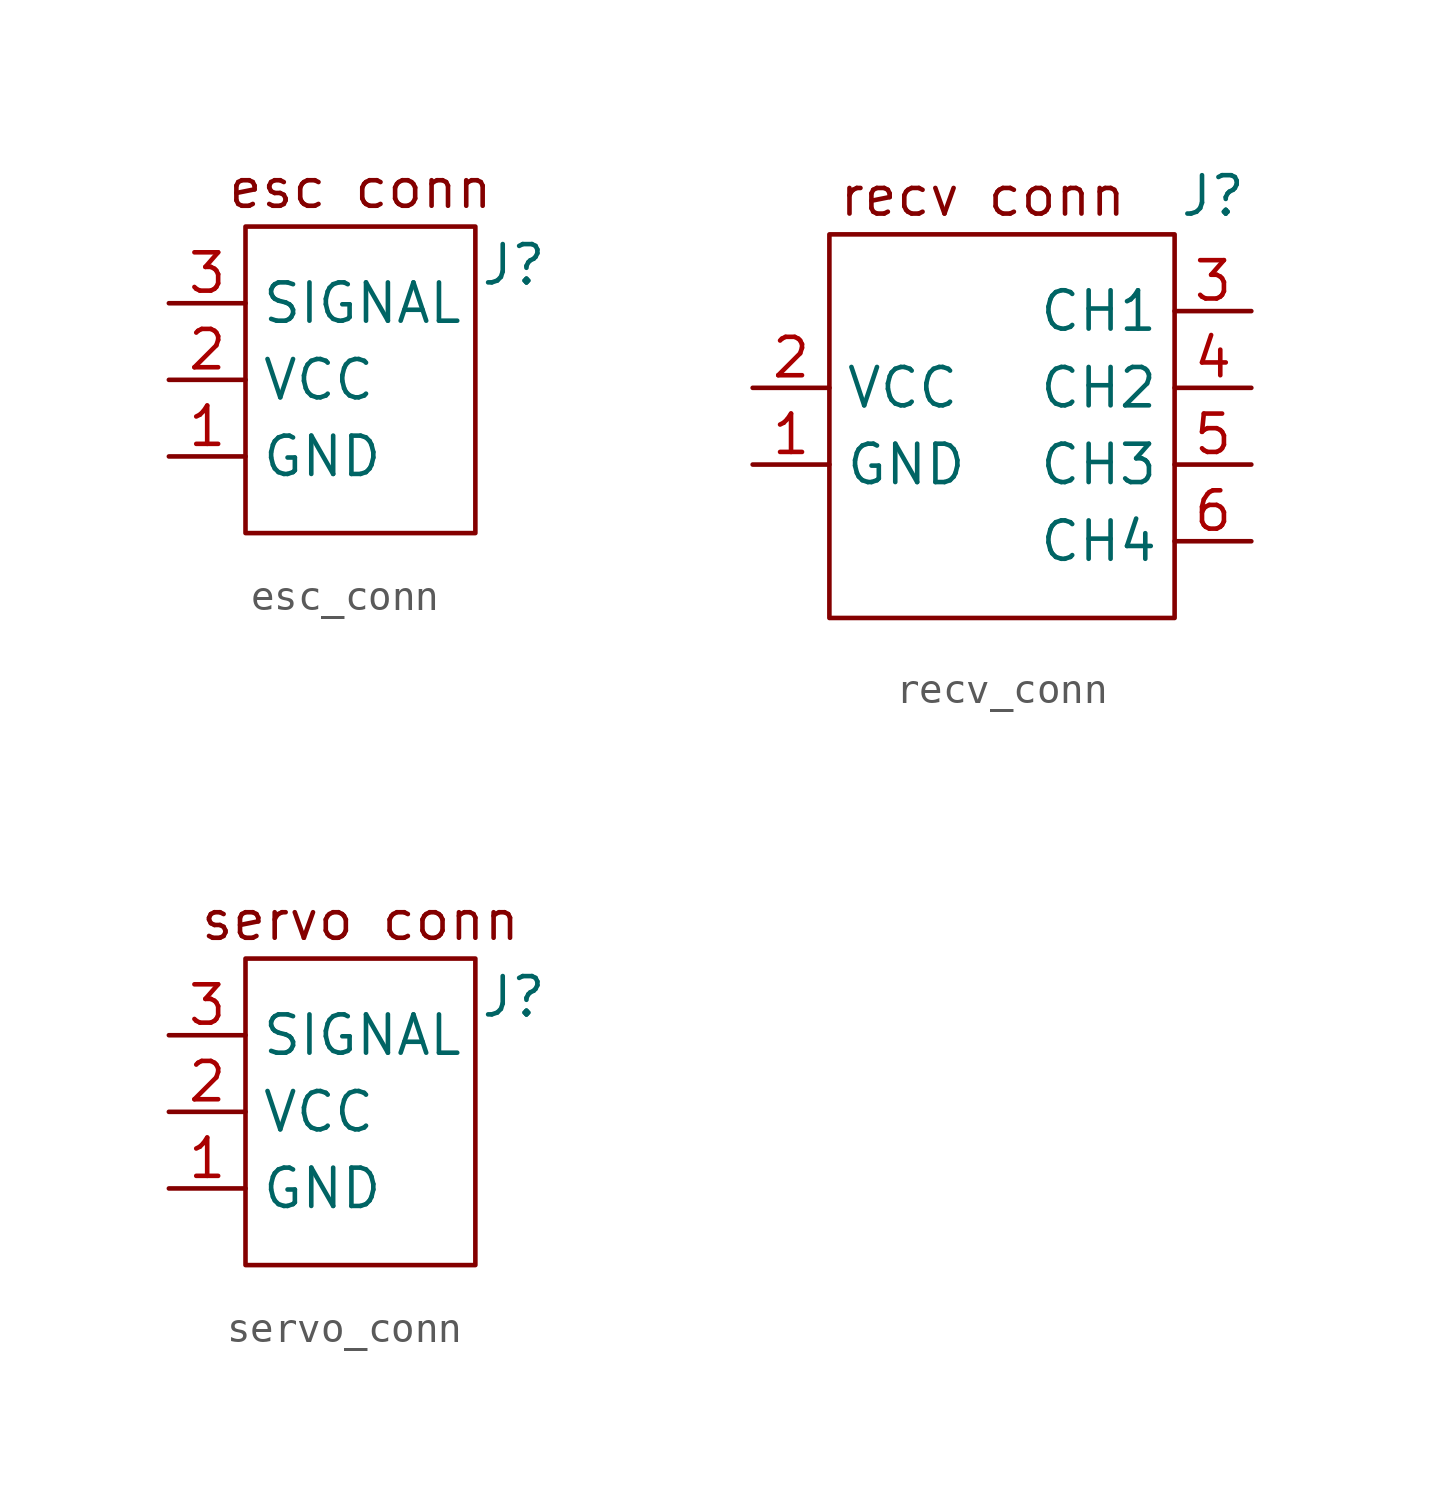
<source format=kicad_sym>
(kicad_symbol_lib
  (version 20220914)
  (generator kicad_symbol_editor)
  (symbol "esc_conn"
    (property "Reference" "J"
      (at 5.08 3.81 0)
      (effects (font (size 1.27 1.27))))
    (property "Value" ""
      (at 2.54 0 0)
      (effects (font (size 1.27 1.27))))
    (symbol "esc_conn_0_1"
      (rectangle (start -3.81 5.08) (end 3.81 -5.08) (stroke (width 0) (type default)) (fill (type none))))
    (symbol "esc_conn_1_1"
      (text "esc conn" (at 0 6.35 0) (effects (font (size 1.27 1.27))))
      (pin power_out line (at -6.35 -2.54 0) (length 2.54) (name "GND" (effects (font (size 1.27 1.27)))) (number "1" (effects (font (size 1.27 1.27)))))
      (pin power_out line (at -6.35 0 0) (length 2.54) (name "VCC" (effects (font (size 1.27 1.27)))) (number "2" (effects (font (size 1.27 1.27)))))
      (pin input line (at -6.35 2.54 0) (length 2.54) (name "SIGNAL" (effects (font (size 1.27 1.27)))) (number "3" (effects (font (size 1.27 1.27)))))))
  (symbol "recv_conn"
    (property "Reference" "J"
      (at 0 7.62 0)
      (effects (font (size 1.27 1.27))))
    (property "Value" ""
      (at 0 0 0)
      (effects (font (size 1.27 1.27))))
    (symbol "recv_conn_0_1"
      (rectangle (start -12.7 6.35) (end -1.27 -6.35) (stroke (width 0) (type default)) (fill (type none))))
    (symbol "recv_conn_1_1"
      (text "recv conn" (at -7.62 7.62 0) (effects (font (size 1.27 1.27))))
      (pin power_in line (at -15.24 -1.27 0) (length 2.54) (name "GND" (effects (font (size 1.27 1.27)))) (number "1" (effects (font (size 1.27 1.27)))))
      (pin power_in line (at -15.24 1.27 0) (length 2.54) (name "VCC" (effects (font (size 1.27 1.27)))) (number "2" (effects (font (size 1.27 1.27)))))
      (pin output line (at 1.27 3.81 180) (length 2.54) (name "CH1" (effects (font (size 1.27 1.27)))) (number "3" (effects (font (size 1.27 1.27)))))
      (pin output line (at 1.27 1.27 180) (length 2.54) (name "CH2" (effects (font (size 1.27 1.27)))) (number "4" (effects (font (size 1.27 1.27)))))
      (pin output line (at 1.27 -1.27 180) (length 2.54) (name "CH3" (effects (font (size 1.27 1.27)))) (number "5" (effects (font (size 1.27 1.27)))))
      (pin output line (at 1.27 -3.81 180) (length 2.54) (name "CH4" (effects (font (size 1.27 1.27)))) (number "6" (effects (font (size 1.27 1.27)))))))
  (symbol "servo_conn"
    (property "Reference" "J"
      (at 5.08 3.81 0)
      (effects (font (size 1.27 1.27))))
    (property "Value" ""
      (at 3.81 0 0)
      (effects (font (size 1.27 1.27))))
    (symbol "servo_conn_0_1"
      (rectangle (start -3.81 5.08) (end 3.81 -5.08) (stroke (width 0) (type default)) (fill (type none))))
    (symbol "servo_conn_1_1"
      (text "servo conn" (at 0 6.35 0) (effects (font (size 1.27 1.27))))
      (pin power_in line (at -6.35 -2.54 0) (length 2.54) (name "GND" (effects (font (size 1.27 1.27)))) (number "1" (effects (font (size 1.27 1.27)))))
      (pin power_in line (at -6.35 0 0) (length 2.54) (name "VCC" (effects (font (size 1.27 1.27)))) (number "2" (effects (font (size 1.27 1.27)))))
      (pin input line (at -6.35 2.54 0) (length 2.54) (name "SIGNAL" (effects (font (size 1.27 1.27)))) (number "3" (effects (font (size 1.27 1.27))))))))
</source>
